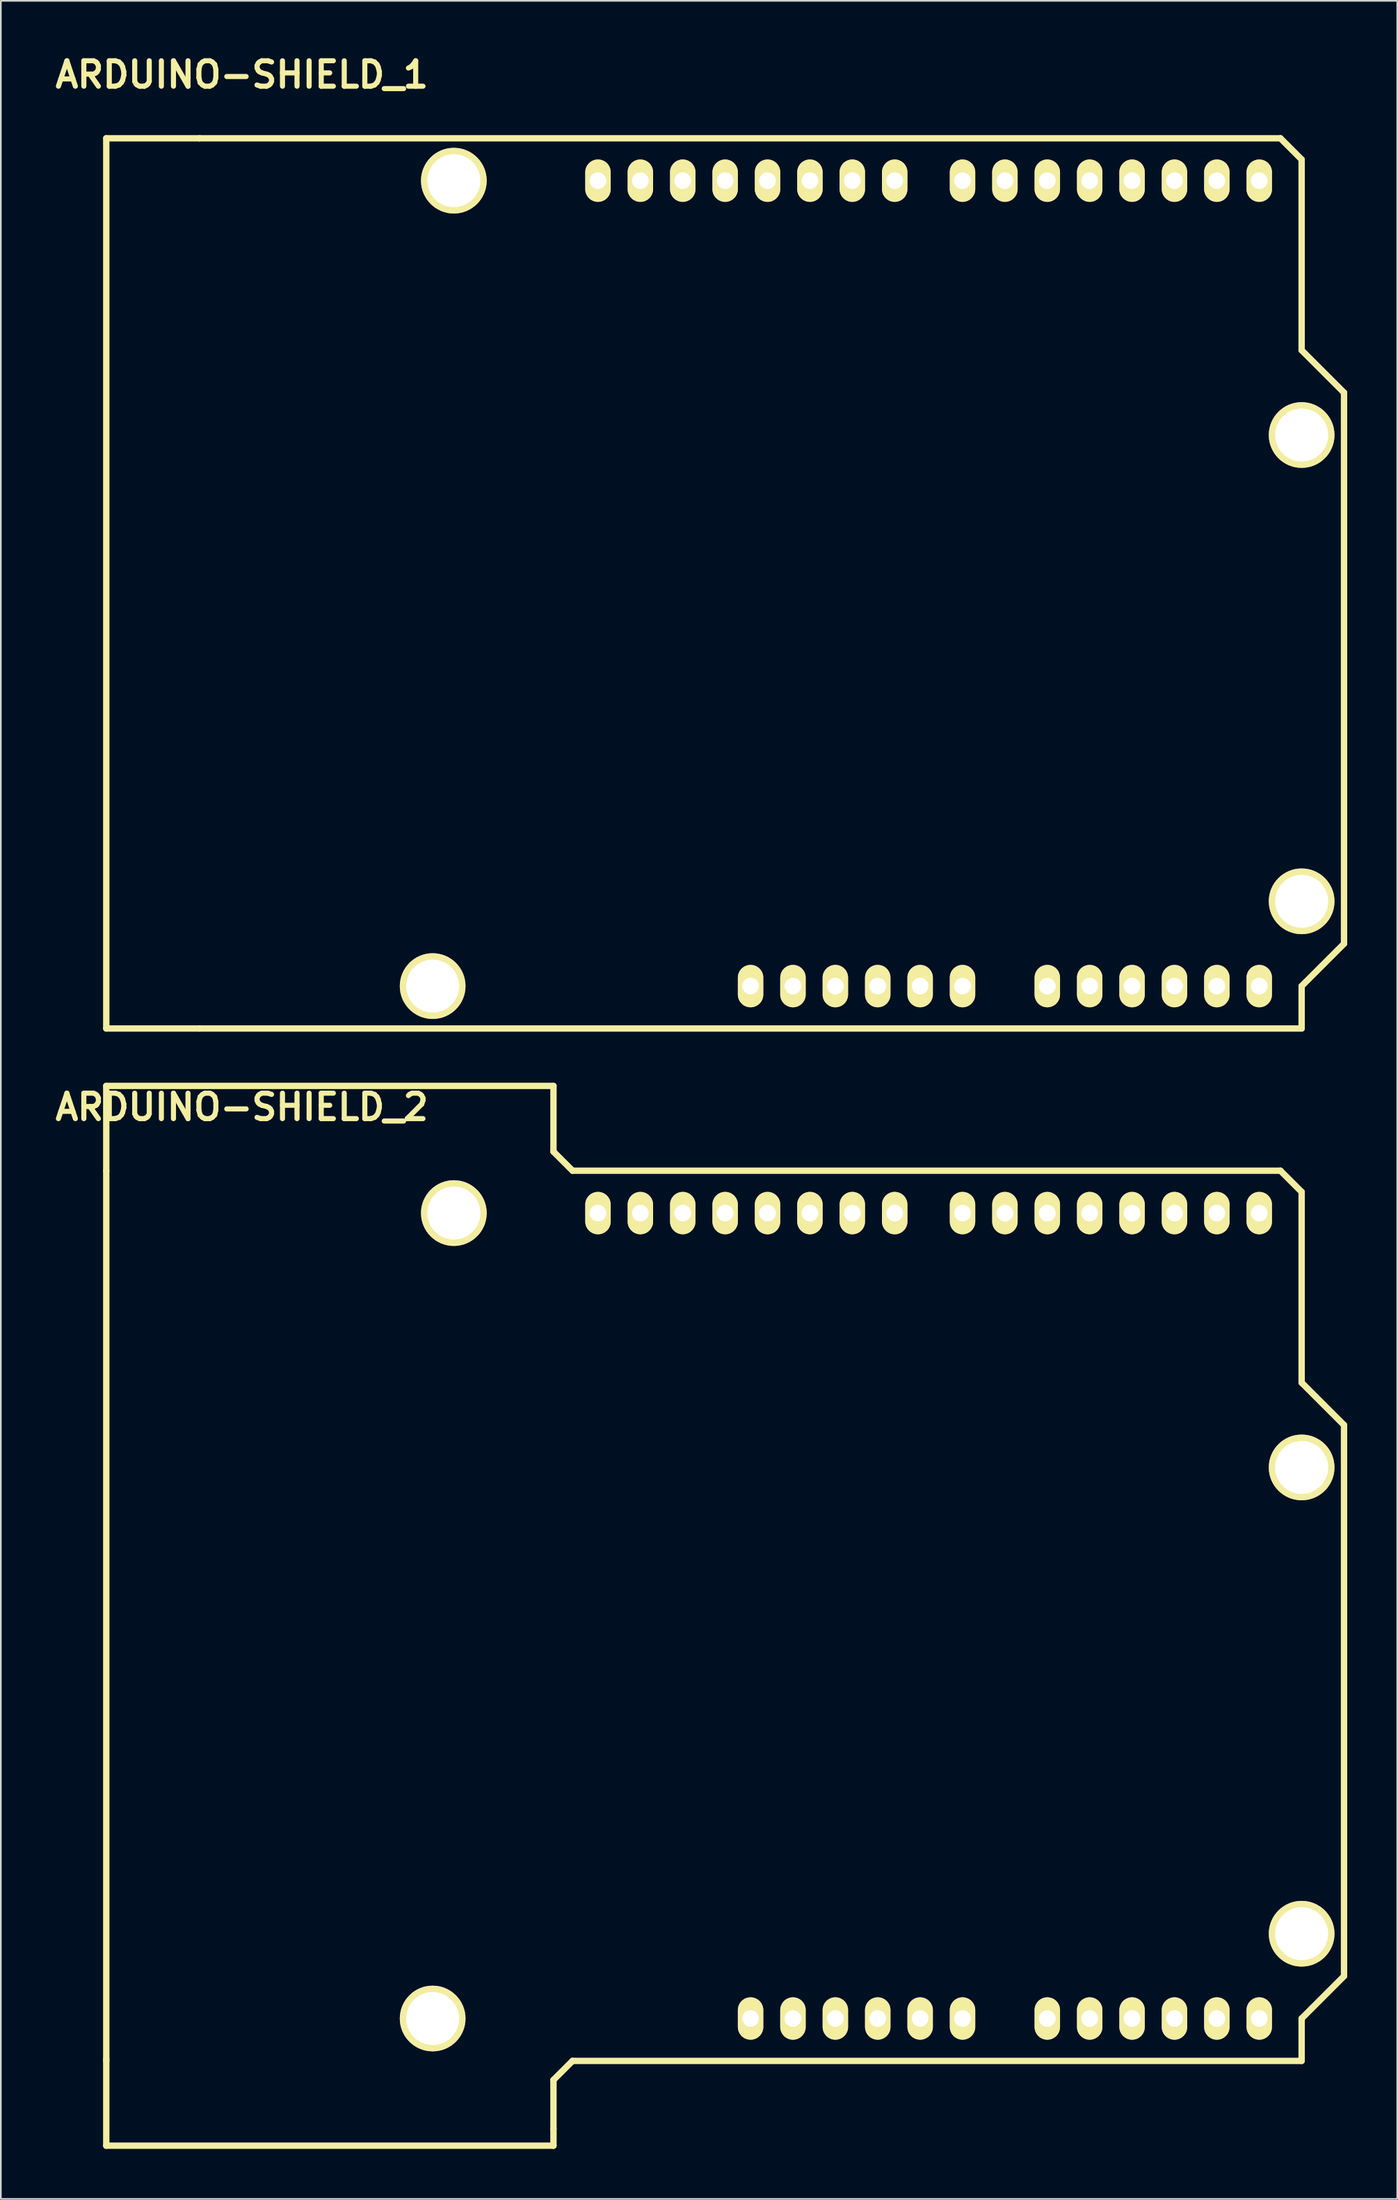
<source format=kicad_pcb>
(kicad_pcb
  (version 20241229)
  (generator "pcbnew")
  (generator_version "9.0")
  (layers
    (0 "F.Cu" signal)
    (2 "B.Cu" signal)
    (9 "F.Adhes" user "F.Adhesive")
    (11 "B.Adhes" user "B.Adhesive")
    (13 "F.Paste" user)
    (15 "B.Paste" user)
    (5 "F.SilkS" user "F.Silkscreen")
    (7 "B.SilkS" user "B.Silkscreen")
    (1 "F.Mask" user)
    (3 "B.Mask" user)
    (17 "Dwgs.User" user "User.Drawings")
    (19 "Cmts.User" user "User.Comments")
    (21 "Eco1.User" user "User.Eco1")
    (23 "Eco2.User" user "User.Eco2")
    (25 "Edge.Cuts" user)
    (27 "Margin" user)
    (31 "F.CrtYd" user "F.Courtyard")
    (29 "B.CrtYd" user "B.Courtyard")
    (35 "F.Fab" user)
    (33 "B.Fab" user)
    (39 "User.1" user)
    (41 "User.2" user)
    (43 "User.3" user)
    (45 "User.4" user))
  (footprint "ARDUINO-SHIELD_2"
    (layer "F.Cu")
    (at 8.905 120.437)
    (property "Reference" "ARDUINO-SHIELD_2" (at 2.54 -57.15 0) (layer "F.SilkS") (effects (font (size 1.524 1.524) (thickness 0.305))))
    (attr through_hole)
    (fp_line (start -5.588 -58.42) (end -5.588 -53.34) (stroke (width 0.381) (type solid)) (layer "F.SilkS"))
    (fp_line (start -5.588 0) (end -5.588 -53.34) (stroke (width 0.381) (type solid)) (layer "F.SilkS"))
    (fp_line (start -5.588 5.08) (end -5.588 -0.127) (stroke (width 0.381) (type solid)) (layer "F.SilkS"))
    (fp_line (start 21.209 -58.42) (end -5.588 -58.42) (stroke (width 0.381) (type solid)) (layer "F.SilkS"))
    (fp_line (start 21.209 -54.483) (end 21.209 -58.42) (stroke (width 0.381) (type solid)) (layer "F.SilkS"))
    (fp_line (start 21.209 1.143) (end 21.209 4.064) (stroke (width 0.381) (type solid)) (layer "F.SilkS"))
    (fp_line (start 21.209 4.064) (end 21.209 5.08) (stroke (width 0.381) (type solid)) (layer "F.SilkS"))
    (fp_line (start 21.209 5.08) (end -5.588 5.08) (stroke (width 0.381) (type solid)) (layer "F.SilkS"))
    (fp_line (start 22.352 -53.34) (end 21.209 -54.483) (stroke (width 0.381) (type solid)) (layer "F.SilkS"))
    (fp_line (start 22.352 -53.34) (end 64.77 -53.34) (stroke (width 0.381) (type solid)) (layer "F.SilkS"))
    (fp_line (start 22.352 0) (end 21.209 1.143) (stroke (width 0.381) (type solid)) (layer "F.SilkS"))
    (fp_line (start 22.352 0) (end 66.04 0) (stroke (width 0.381) (type solid)) (layer "F.SilkS"))
    (fp_line (start 66.04 -52.07) (end 64.77 -53.34) (stroke (width 0.381) (type solid)) (layer "F.SilkS"))
    (fp_line (start 66.04 -40.64) (end 66.04 -52.07) (stroke (width 0.381) (type solid)) (layer "F.SilkS"))
    (fp_line (start 66.04 -40.64) (end 68.58 -38.1) (stroke (width 0.381) (type solid)) (layer "F.SilkS"))
    (fp_line (start 66.04 -2.54) (end 66.04 0) (stroke (width 0.381) (type solid)) (layer "F.SilkS"))
    (fp_line (start 68.58 -38.1) (end 68.58 -5.08) (stroke (width 0.381) (type solid)) (layer "F.SilkS"))
    (fp_line (start 68.58 -5.08) (end 66.04 -2.54) (stroke (width 0.381) (type solid)) (layer "F.SilkS"))
    (pad "" thru_hole circle (at 13.97 -2.54 90) (size 3.937 3.937) (drill 3.175) (layers "*.Cu" "*.Mask" "F.SilkS"))
    (pad "" thru_hole circle (at 15.24 -50.8 90) (size 3.937 3.937) (drill 3.175) (layers "*.Cu" "*.Mask" "F.SilkS"))
    (pad "" thru_hole circle (at 66.04 -35.56 90) (size 3.937 3.937) (drill 3.175) (layers "*.Cu" "*.Mask" "F.SilkS"))
    (pad "" thru_hole circle (at 66.04 -7.62 90) (size 3.937 3.937) (drill 3.175) (layers "*.Cu" "*.Mask" "F.SilkS"))
    (pad "0" thru_hole oval (at 63.5 -50.8 90) (size 2.54 1.524) (drill 1.001) (layers "*.Cu" "*.Mask" "F.SilkS"))
    (pad "1" thru_hole oval (at 60.96 -50.8 90) (size 2.54 1.524) (drill 1.001) (layers "*.Cu" "*.Mask" "F.SilkS"))
    (pad "2" thru_hole oval (at 58.42 -50.8 90) (size 2.54 1.524) (drill 1.001) (layers "*.Cu" "*.Mask" "F.SilkS"))
    (pad "3" thru_hole oval (at 55.88 -50.8 90) (size 2.54 1.524) (drill 1.001) (layers "*.Cu" "*.Mask" "F.SilkS"))
    (pad "3V3" thru_hole oval (at 35.56 -2.54 90) (size 2.54 1.524) (drill 1.001) (layers "*.Cu" "*.Mask" "F.SilkS"))
    (pad "4" thru_hole oval (at 53.34 -50.8 90) (size 2.54 1.524) (drill 1.001) (layers "*.Cu" "*.Mask" "F.SilkS"))
    (pad "5" thru_hole oval (at 50.8 -50.8 90) (size 2.54 1.524) (drill 1.001) (layers "*.Cu" "*.Mask" "F.SilkS"))
    (pad "5V" thru_hole oval (at 38.1 -2.54 90) (size 2.54 1.524) (drill 1.001) (layers "*.Cu" "*.Mask" "F.SilkS"))
    (pad "6" thru_hole oval (at 48.26 -50.8 90) (size 2.54 1.524) (drill 1.001) (layers "*.Cu" "*.Mask" "F.SilkS"))
    (pad "7" thru_hole oval (at 45.72 -50.8 90) (size 2.54 1.524) (drill 1.001) (layers "*.Cu" "*.Mask" "F.SilkS"))
    (pad "8" thru_hole oval (at 41.656 -50.8 90) (size 2.54 1.524) (drill 1.001) (layers "*.Cu" "*.Mask" "F.SilkS"))
    (pad "9" thru_hole oval (at 39.116 -50.8 90) (size 2.54 1.524) (drill 1.001) (layers "*.Cu" "*.Mask" "F.SilkS"))
    (pad "10" thru_hole oval (at 36.576 -50.8 90) (size 2.54 1.524) (drill 1.001) (layers "*.Cu" "*.Mask" "F.SilkS"))
    (pad "11" thru_hole oval (at 34.036 -50.8 90) (size 2.54 1.524) (drill 1.001) (layers "*.Cu" "*.Mask" "F.SilkS"))
    (pad "12" thru_hole oval (at 31.496 -50.8 90) (size 2.54 1.524) (drill 1.001) (layers "*.Cu" "*.Mask" "F.SilkS"))
    (pad "13" thru_hole oval (at 28.956 -50.8 90) (size 2.54 1.524) (drill 1.001) (layers "*.Cu" "*.Mask" "F.SilkS"))
    (pad "AD0" thru_hole oval (at 50.8 -2.54 90) (size 2.54 1.524) (drill 1.001) (layers "*.Cu" "*.Mask" "F.SilkS"))
    (pad "AD1" thru_hole oval (at 53.34 -2.54 90) (size 2.54 1.524) (drill 1.001) (layers "*.Cu" "*.Mask" "F.SilkS"))
    (pad "AD2" thru_hole oval (at 55.88 -2.54 90) (size 2.54 1.524) (drill 1.001) (layers "*.Cu" "*.Mask" "F.SilkS"))
    (pad "AD3" thru_hole oval (at 58.42 -2.54 90) (size 2.54 1.524) (drill 1.001) (layers "*.Cu" "*.Mask" "F.SilkS"))
    (pad "AD4" thru_hole oval (at 60.96 -2.54 90) (size 2.54 1.524) (drill 1.001) (layers "*.Cu" "*.Mask" "F.SilkS"))
    (pad "AD5" thru_hole oval (at 63.5 -2.54 90) (size 2.54 1.524) (drill 1.001) (layers "*.Cu" "*.Mask" "F.SilkS"))
    (pad "AREF" thru_hole oval (at 23.876 -50.8 90) (size 2.54 1.524) (drill 1.001) (layers "*.Cu" "*.Mask" "F.SilkS"))
    (pad "GND1" thru_hole oval (at 40.64 -2.54 90) (size 2.54 1.524) (drill 1.001) (layers "*.Cu" "*.Mask" "F.SilkS"))
    (pad "GND2" thru_hole oval (at 43.18 -2.54 90) (size 2.54 1.524) (drill 1.001) (layers "*.Cu" "*.Mask" "F.SilkS"))
    (pad "GND3" thru_hole oval (at 26.416 -50.8 90) (size 2.54 1.524) (drill 1.001) (layers "*.Cu" "*.Mask" "F.SilkS"))
    (pad "RST" thru_hole oval (at 33.02 -2.54 90) (size 2.54 1.524) (drill 1.001) (layers "*.Cu" "*.Mask" "F.SilkS"))
    (pad "V_IN" thru_hole oval (at 45.72 -2.54 90) (size 2.54 1.524) (drill 1.001) (layers "*.Cu" "*.Mask" "F.SilkS")))
  (footprint "ARDUINO-SHIELD_1"
    (layer "F.Cu")
    (at 8.905 58.576)
    (property "Reference" "ARDUINO-SHIELD_1" (at 2.54 -57.15 0) (layer "F.SilkS") (effects (font (size 1.524 1.524) (thickness 0.305))))
    (attr through_hole)
    (fp_line (start -5.588 0) (end -5.588 -53.34) (stroke (width 0.381) (type solid)) (layer "F.SilkS"))
    (fp_line (start -5.588 0) (end 0 0) (stroke (width 0.381) (type solid)) (layer "F.SilkS"))
    (fp_line (start 0 -53.34) (end -5.588 -53.34) (stroke (width 0.381) (type solid)) (layer "F.SilkS"))
    (fp_line (start 64.77 -53.34) (end 0 -53.34) (stroke (width 0.381) (type solid)) (layer "F.SilkS"))
    (fp_line (start 66.04 -52.07) (end 64.77 -53.34) (stroke (width 0.381) (type solid)) (layer "F.SilkS"))
    (fp_line (start 66.04 -40.64) (end 66.04 -52.07) (stroke (width 0.381) (type solid)) (layer "F.SilkS"))
    (fp_line (start 66.04 -40.64) (end 68.58 -38.1) (stroke (width 0.381) (type solid)) (layer "F.SilkS"))
    (fp_line (start 66.04 -2.54) (end 66.04 0) (stroke (width 0.381) (type solid)) (layer "F.SilkS"))
    (fp_line (start 66.04 0) (end 0 0) (stroke (width 0.381) (type solid)) (layer "F.SilkS"))
    (fp_line (start 68.58 -38.1) (end 68.58 -5.08) (stroke (width 0.381) (type solid)) (layer "F.SilkS"))
    (fp_line (start 68.58 -5.08) (end 66.04 -2.54) (stroke (width 0.381) (type solid)) (layer "F.SilkS"))
    (pad "" thru_hole circle (at 13.97 -2.54 90) (size 3.937 3.937) (drill 3.175) (layers "*.Cu" "*.Mask" "F.SilkS"))
    (pad "" thru_hole circle (at 15.24 -50.8 90) (size 3.937 3.937) (drill 3.175) (layers "*.Cu" "*.Mask" "F.SilkS"))
    (pad "" thru_hole circle (at 66.04 -35.56 90) (size 3.937 3.937) (drill 3.175) (layers "*.Cu" "*.Mask" "F.SilkS"))
    (pad "" thru_hole circle (at 66.04 -7.62 90) (size 3.937 3.937) (drill 3.175) (layers "*.Cu" "*.Mask" "F.SilkS"))
    (pad "0" thru_hole oval (at 63.5 -50.8 90) (size 2.54 1.524) (drill 1.001) (layers "*.Cu" "*.Mask" "F.SilkS"))
    (pad "1" thru_hole oval (at 60.96 -50.8 90) (size 2.54 1.524) (drill 1.001) (layers "*.Cu" "*.Mask" "F.SilkS"))
    (pad "2" thru_hole oval (at 58.42 -50.8 90) (size 2.54 1.524) (drill 1.001) (layers "*.Cu" "*.Mask" "F.SilkS"))
    (pad "3" thru_hole oval (at 55.88 -50.8 90) (size 2.54 1.524) (drill 1.001) (layers "*.Cu" "*.Mask" "F.SilkS"))
    (pad "3V3" thru_hole oval (at 35.56 -2.54 90) (size 2.54 1.524) (drill 1.001) (layers "*.Cu" "*.Mask" "F.SilkS"))
    (pad "4" thru_hole oval (at 53.34 -50.8 90) (size 2.54 1.524) (drill 1.001) (layers "*.Cu" "*.Mask" "F.SilkS"))
    (pad "5" thru_hole oval (at 50.8 -50.8 90) (size 2.54 1.524) (drill 1.001) (layers "*.Cu" "*.Mask" "F.SilkS"))
    (pad "5V" thru_hole oval (at 38.1 -2.54 90) (size 2.54 1.524) (drill 1.001) (layers "*.Cu" "*.Mask" "F.SilkS"))
    (pad "6" thru_hole oval (at 48.26 -50.8 90) (size 2.54 1.524) (drill 1.001) (layers "*.Cu" "*.Mask" "F.SilkS"))
    (pad "7" thru_hole oval (at 45.72 -50.8 90) (size 2.54 1.524) (drill 1.001) (layers "*.Cu" "*.Mask" "F.SilkS"))
    (pad "8" thru_hole oval (at 41.656 -50.8 90) (size 2.54 1.524) (drill 1.001) (layers "*.Cu" "*.Mask" "F.SilkS"))
    (pad "9" thru_hole oval (at 39.116 -50.8 90) (size 2.54 1.524) (drill 1.001) (layers "*.Cu" "*.Mask" "F.SilkS"))
    (pad "10" thru_hole oval (at 36.576 -50.8 90) (size 2.54 1.524) (drill 1.001) (layers "*.Cu" "*.Mask" "F.SilkS"))
    (pad "11" thru_hole oval (at 34.036 -50.8 90) (size 2.54 1.524) (drill 1.001) (layers "*.Cu" "*.Mask" "F.SilkS"))
    (pad "12" thru_hole oval (at 31.496 -50.8 90) (size 2.54 1.524) (drill 1.001) (layers "*.Cu" "*.Mask" "F.SilkS"))
    (pad "13" thru_hole oval (at 28.956 -50.8 90) (size 2.54 1.524) (drill 1.001) (layers "*.Cu" "*.Mask" "F.SilkS"))
    (pad "AD0" thru_hole oval (at 50.8 -2.54 90) (size 2.54 1.524) (drill 1.001) (layers "*.Cu" "*.Mask" "F.SilkS"))
    (pad "AD1" thru_hole oval (at 53.34 -2.54 90) (size 2.54 1.524) (drill 1.001) (layers "*.Cu" "*.Mask" "F.SilkS"))
    (pad "AD2" thru_hole oval (at 55.88 -2.54 90) (size 2.54 1.524) (drill 1.001) (layers "*.Cu" "*.Mask" "F.SilkS"))
    (pad "AD3" thru_hole oval (at 58.42 -2.54 90) (size 2.54 1.524) (drill 1.001) (layers "*.Cu" "*.Mask" "F.SilkS"))
    (pad "AD4" thru_hole oval (at 60.96 -2.54 90) (size 2.54 1.524) (drill 1.001) (layers "*.Cu" "*.Mask" "F.SilkS"))
    (pad "AD5" thru_hole oval (at 63.5 -2.54 90) (size 2.54 1.524) (drill 1.001) (layers "*.Cu" "*.Mask" "F.SilkS"))
    (pad "AREF" thru_hole oval (at 23.876 -50.8 90) (size 2.54 1.524) (drill 1.001) (layers "*.Cu" "*.Mask" "F.SilkS"))
    (pad "GND1" thru_hole oval (at 40.64 -2.54 90) (size 2.54 1.524) (drill 1.001) (layers "*.Cu" "*.Mask" "F.SilkS"))
    (pad "GND2" thru_hole oval (at 43.18 -2.54 90) (size 2.54 1.524) (drill 1.001) (layers "*.Cu" "*.Mask" "F.SilkS"))
    (pad "GND3" thru_hole oval (at 26.416 -50.8 90) (size 2.54 1.524) (drill 1.001) (layers "*.Cu" "*.Mask" "F.SilkS"))
    (pad "RST" thru_hole oval (at 33.02 -2.54 90) (size 2.54 1.524) (drill 1.001) (layers "*.Cu" "*.Mask" "F.SilkS"))
    (pad "V_IN" thru_hole oval (at 45.72 -2.54 90) (size 2.54 1.524) (drill 1.001) (layers "*.Cu" "*.Mask" "F.SilkS")))
  (gr_rect
    (start -3 -3)
    (end 80.675 128.707)
    (stroke (width 0.1) (type default))
    (fill no)
    (layer "Edge.Cuts")))
</source>
